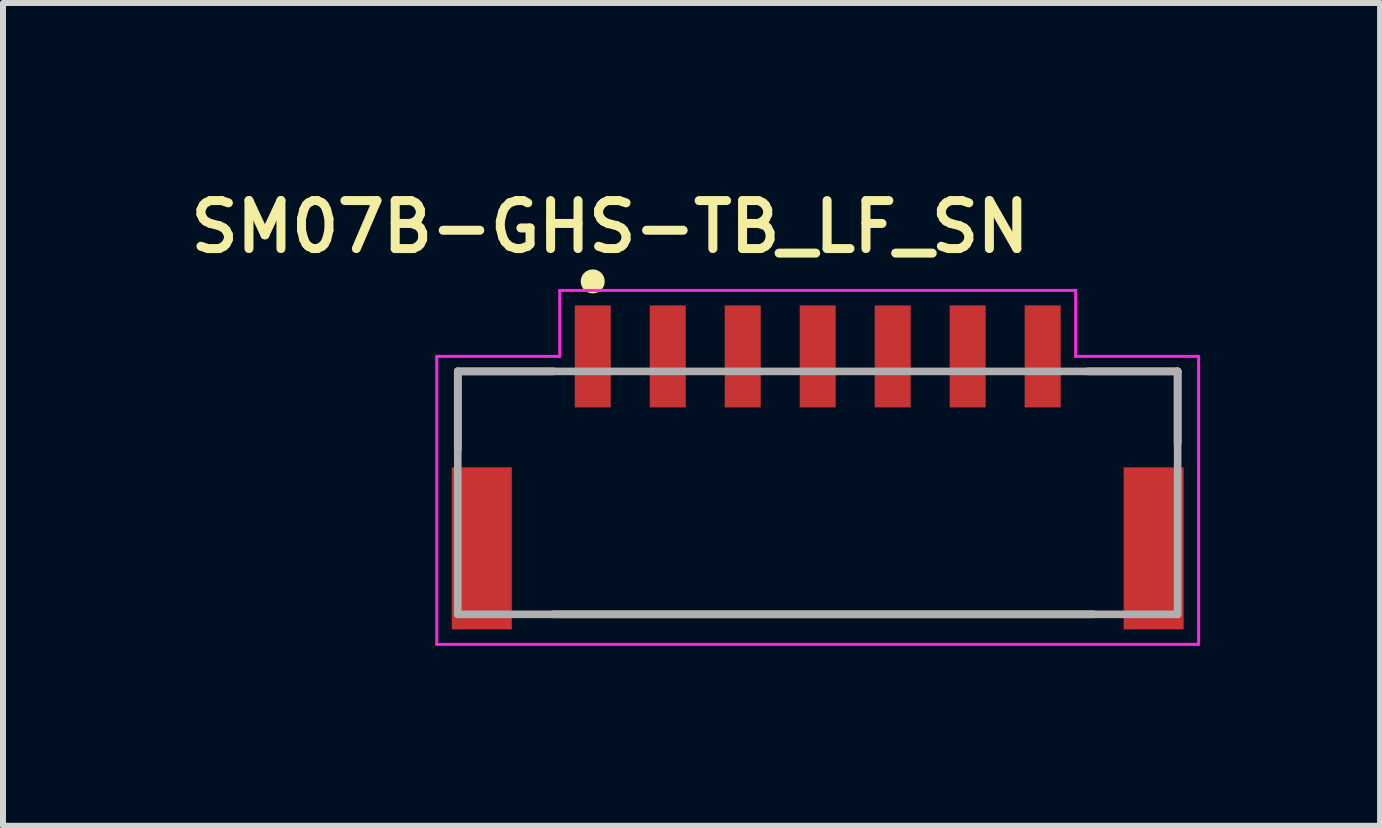
<source format=kicad_pcb>
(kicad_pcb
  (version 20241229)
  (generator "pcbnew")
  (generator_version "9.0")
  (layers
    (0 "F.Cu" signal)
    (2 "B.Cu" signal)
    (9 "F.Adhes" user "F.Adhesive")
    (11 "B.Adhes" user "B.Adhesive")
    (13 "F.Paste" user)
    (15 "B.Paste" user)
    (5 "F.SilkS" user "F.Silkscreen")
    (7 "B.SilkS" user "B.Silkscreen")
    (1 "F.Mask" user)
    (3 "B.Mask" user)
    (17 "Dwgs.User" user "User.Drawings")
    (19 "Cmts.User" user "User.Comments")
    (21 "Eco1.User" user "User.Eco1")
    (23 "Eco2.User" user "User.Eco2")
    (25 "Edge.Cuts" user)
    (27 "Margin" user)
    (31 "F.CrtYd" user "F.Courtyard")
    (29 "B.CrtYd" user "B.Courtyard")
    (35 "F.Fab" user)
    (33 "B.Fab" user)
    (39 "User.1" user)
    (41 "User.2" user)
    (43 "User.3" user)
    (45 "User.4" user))
  (footprint "SM07B-GHS-TB_LF_SN"
    (layer "F.Cu")
    (at 10.581 4.741)
    (property "Reference" "SM07B-GHS-TB_LF_SN" (at -3.462 -4.01 0) (layer "F.SilkS") (effects (font (size 0.8 0.8) (thickness 0.15))))
    (attr through_hole)
    (fp_line (start -6 -1.6) (end -4.4 -1.6) (stroke (width 0.127) (type solid)) (layer "F.SilkS"))
    (fp_line (start -6 -0.3) (end -6 -1.6) (stroke (width 0.127) (type solid)) (layer "F.SilkS"))
    (fp_line (start -4.4 2.45) (end 4.6 2.45) (stroke (width 0.127) (type solid)) (layer "F.SilkS"))
    (fp_line (start 4.5 -1.6) (end 6 -1.6) (stroke (width 0.127) (type solid)) (layer "F.SilkS"))
    (fp_line (start 6 -1.6) (end 6 -0.4) (stroke (width 0.127) (type solid)) (layer "F.SilkS"))
    (fp_circle (center -3.75 -3.1) (end -3.65 -3.1) (stroke (width 0.2) (type solid)) (fill no) (layer "F.SilkS"))
    (fp_line (start -6.35 -1.85) (end -4.3 -1.85) (stroke (width 0.05) (type solid)) (layer "F.CrtYd"))
    (fp_line (start -6.35 2.95) (end -6.35 -1.85) (stroke (width 0.05) (type solid)) (layer "F.CrtYd"))
    (fp_line (start -4.3 -2.95) (end 4.3 -2.95) (stroke (width 0.05) (type solid)) (layer "F.CrtYd"))
    (fp_line (start -4.3 -1.85) (end -4.3 -2.95) (stroke (width 0.05) (type solid)) (layer "F.CrtYd"))
    (fp_line (start 4.3 -2.95) (end 4.3 -1.85) (stroke (width 0.05) (type solid)) (layer "F.CrtYd"))
    (fp_line (start 4.3 -1.85) (end 6.35 -1.85) (stroke (width 0.05) (type solid)) (layer "F.CrtYd"))
    (fp_line (start 6.35 -1.85) (end 6.35 2.95) (stroke (width 0.05) (type solid)) (layer "F.CrtYd"))
    (fp_line (start 6.35 2.95) (end -6.35 2.95) (stroke (width 0.05) (type solid)) (layer "F.CrtYd"))
    (fp_line (start -6 -1.6) (end 6 -1.6) (stroke (width 0.127) (type solid)) (layer "F.Fab"))
    (fp_line (start -6 2.45) (end -6 -1.6) (stroke (width 0.127) (type solid)) (layer "F.Fab"))
    (fp_line (start 6 -1.6) (end 6 2.45) (stroke (width 0.127) (type solid)) (layer "F.Fab"))
    (fp_line (start 6 2.45) (end -6 2.45) (stroke (width 0.127) (type solid)) (layer "F.Fab"))
    (pad "1" smd rect (at -3.75 -1.85) (size 0.6 1.7) (layers "F.Cu" "F.Mask" "F.Paste"))
    (pad "2" smd rect (at -2.5 -1.85) (size 0.6 1.7) (layers "F.Cu" "F.Mask" "F.Paste"))
    (pad "3" smd rect (at -1.25 -1.85) (size 0.6 1.7) (layers "F.Cu" "F.Mask" "F.Paste"))
    (pad "4" smd rect (at 0 -1.85) (size 0.6 1.7) (layers "F.Cu" "F.Mask" "F.Paste"))
    (pad "5" smd rect (at 1.25 -1.85) (size 0.6 1.7) (layers "F.Cu" "F.Mask" "F.Paste"))
    (pad "6" smd rect (at 2.5 -1.85) (size 0.6 1.7) (layers "F.Cu" "F.Mask" "F.Paste"))
    (pad "7" smd rect (at 3.75 -1.85) (size 0.6 1.7) (layers "F.Cu" "F.Mask" "F.Paste"))
    (pad "S1" smd rect (at 5.6 1.35) (size 1 2.7) (layers "F.Cu" "F.Mask" "F.Paste"))
    (pad "S2" smd rect (at -5.6 1.35) (size 1 2.7) (layers "F.Cu" "F.Mask" "F.Paste")))
  (gr_rect
    (start -3 -3)
    (end 19.956 10.716)
    (stroke (width 0.1) (type default))
    (fill no)
    (layer "Edge.Cuts")))
</source>
